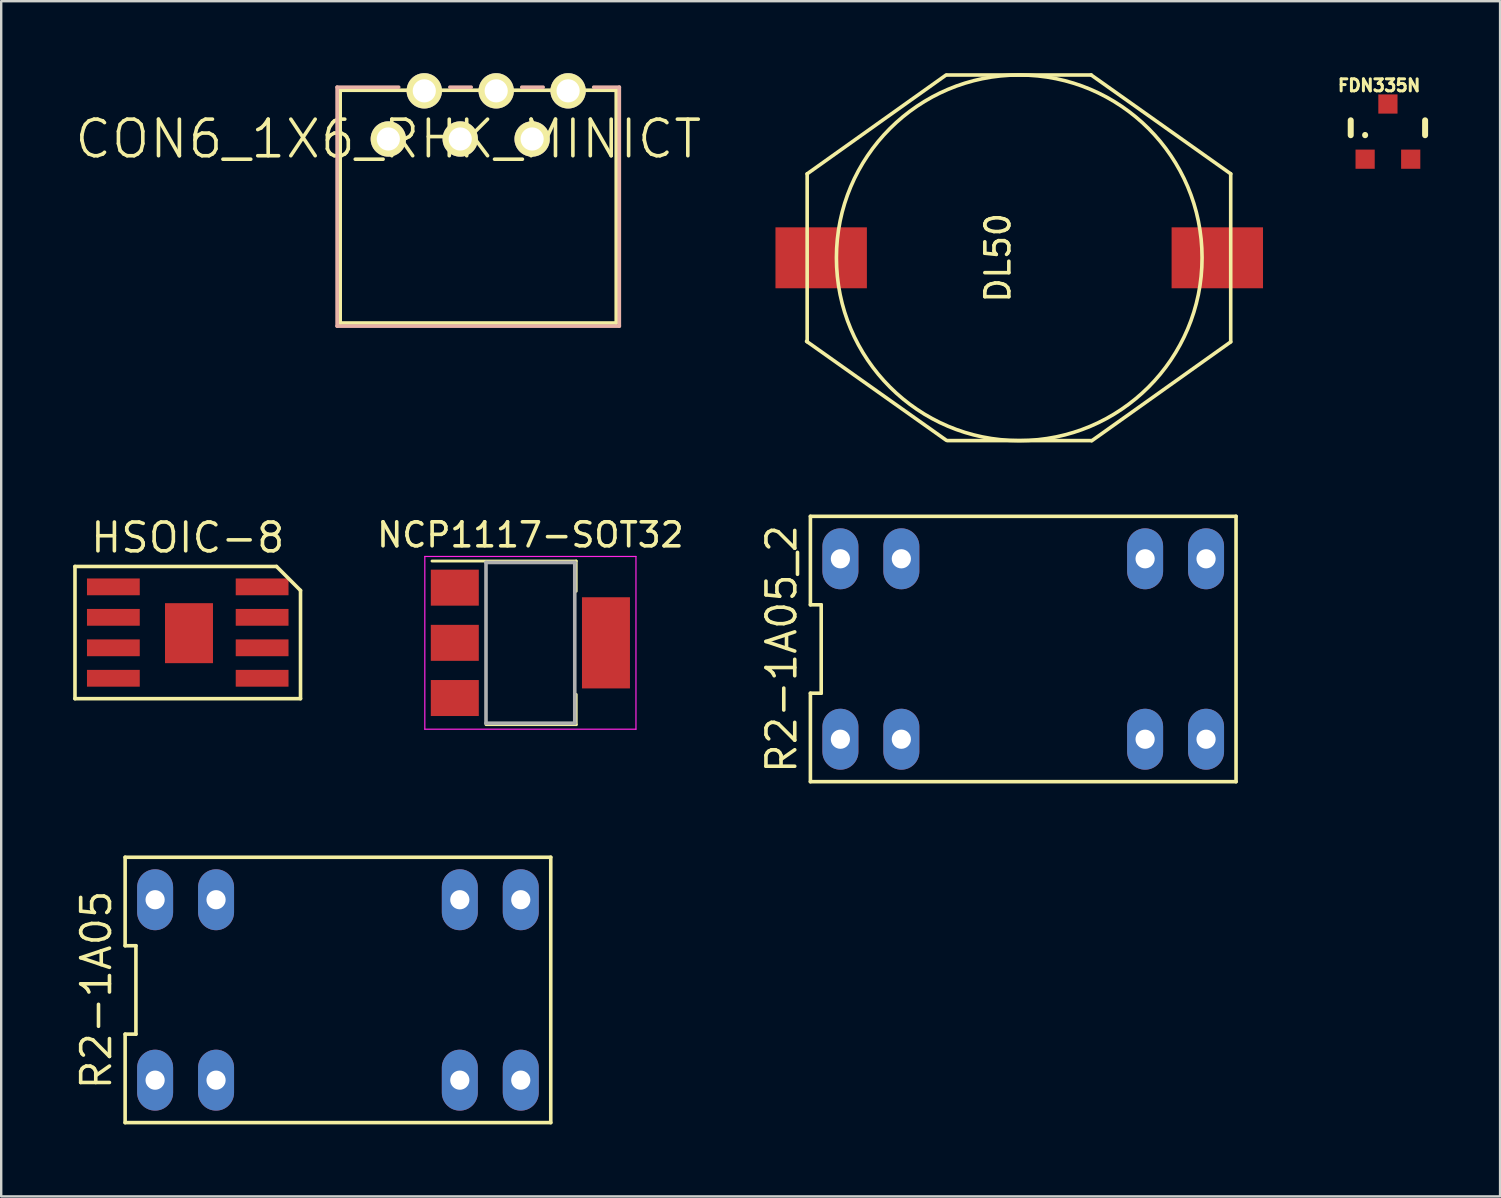
<source format=kicad_pcb>
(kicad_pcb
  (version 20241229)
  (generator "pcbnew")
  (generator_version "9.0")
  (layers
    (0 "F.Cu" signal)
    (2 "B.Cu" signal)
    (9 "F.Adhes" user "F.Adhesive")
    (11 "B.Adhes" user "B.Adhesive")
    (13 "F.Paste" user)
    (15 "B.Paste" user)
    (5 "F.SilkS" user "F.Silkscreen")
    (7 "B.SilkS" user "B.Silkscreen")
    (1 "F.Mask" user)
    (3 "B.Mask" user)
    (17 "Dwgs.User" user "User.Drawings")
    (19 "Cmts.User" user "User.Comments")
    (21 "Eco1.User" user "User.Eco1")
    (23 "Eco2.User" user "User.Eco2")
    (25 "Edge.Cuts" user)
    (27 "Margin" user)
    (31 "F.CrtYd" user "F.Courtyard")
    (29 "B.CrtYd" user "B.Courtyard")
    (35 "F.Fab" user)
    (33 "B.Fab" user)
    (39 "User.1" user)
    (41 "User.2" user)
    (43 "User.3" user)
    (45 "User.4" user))
  (footprint "NCP1117-SOT32"
    (placed yes)
    (layer "F.Cu")
    (at 19.056 23.743)
    (property "Reference" "NCP1117-SOT32" (at 0 -4.5 0) (layer "F.SilkS") (effects (font (size 1 1) (thickness 0.15))))
    (attr smd)
    (fp_line (start -4.1 -3.41) (end 1.91 -3.41) (stroke (width 0.12) (type solid)) (layer "F.SilkS"))
    (fp_line (start -1.85 3.41) (end 1.91 3.41) (stroke (width 0.12) (type solid)) (layer "F.SilkS"))
    (fp_line (start 1.91 -3.41) (end 1.91 -2.15) (stroke (width 0.12) (type solid)) (layer "F.SilkS"))
    (fp_line (start 1.91 3.41) (end 1.91 2.15) (stroke (width 0.12) (type solid)) (layer "F.SilkS"))
    (fp_line (start -4.4 -3.6) (end -4.4 3.6) (stroke (width 0.05) (type solid)) (layer "F.CrtYd"))
    (fp_line (start -4.4 3.6) (end 4.4 3.6) (stroke (width 0.05) (type solid)) (layer "F.CrtYd"))
    (fp_line (start 4.4 -3.6) (end -4.4 -3.6) (stroke (width 0.05) (type solid)) (layer "F.CrtYd"))
    (fp_line (start 4.4 3.6) (end 4.4 -3.6) (stroke (width 0.05) (type solid)) (layer "F.CrtYd"))
    (fp_line (start -1.85 -3.35) (end -1.85 3.35) (stroke (width 0.15) (type solid)) (layer "F.Fab"))
    (fp_line (start -1.85 -3.35) (end 1.85 -3.35) (stroke (width 0.15) (type solid)) (layer "F.Fab"))
    (fp_line (start -1.85 3.35) (end 1.85 3.35) (stroke (width 0.15) (type solid)) (layer "F.Fab"))
    (fp_line (start 1.85 -3.35) (end 1.85 3.35) (stroke (width 0.15) (type solid)) (layer "F.Fab"))
    (pad "1" smd rect (at -3.15 -2.3) (size 2 1.5) (layers "F.Cu" "F.Mask" "F.Paste"))
    (pad "2" smd rect (at -3.15 0) (size 2 1.5) (layers "F.Cu" "F.Mask" "F.Paste"))
    (pad "3" smd rect (at -3.15 2.3) (size 2 1.5) (layers "F.Cu" "F.Mask" "F.Paste"))
    (pad "4" smd rect (at 3.15 0) (size 2 3.8) (layers "F.Cu" "F.Mask" "F.Paste")))
  (footprint "FDN335N"
    (layer "F.Cu")
    (at 53.847 3.585)
    (property "Reference" "FDN335N" (at 0.584 -3.073 0) (layer "F.SilkS") (effects (font (size 0.5 0.5) (thickness 0.125))))
    (attr through_hole)
    (fp_line (start -0.6 -1.62) (end -0.6 -1) (stroke (width 0.25) (type solid)) (layer "F.SilkS"))
    (fp_line (start 0 -1.01) (end 0 -1) (stroke (width 0.25) (type solid)) (layer "F.SilkS"))
    (fp_line (start 2.5 -1.62) (end 2.5 -1) (stroke (width 0.25) (type solid)) (layer "F.SilkS"))
    (pad "D" smd rect (at 0.95 -2.3) (size 0.8 0.8) (layers "F.Cu" "F.Mask" "F.Paste"))
    (pad "G" smd rect (at 0 0) (size 0.8 0.8) (layers "F.Cu" "F.Mask" "F.Paste"))
    (pad "S" smd rect (at 1.9 0) (size 0.8 0.8) (layers "F.Cu" "F.Mask" "F.Paste")))
  (footprint "DL50"
    (layer "F.Cu")
    (at 39.431 7.695)
    (property "Reference" "DL50" (at -0.889 0 90) (layer "F.SilkS") (effects (font (size 1 1) (thickness 0.15))))
    (attr smd)
    (fp_line (start -8.865 3.48) (end -3.048 7.6) (stroke (width 0.15) (type solid)) (layer "F.SilkS"))
    (fp_line (start -8.839 -3.5) (end -3.048 -7.62) (stroke (width 0.15) (type solid)) (layer "F.SilkS"))
    (fp_line (start -8.839 3.5) (end -8.839 -3.5) (stroke (width 0.15) (type solid)) (layer "F.SilkS"))
    (fp_line (start -3 -7.62) (end 3 -7.62) (stroke (width 0.15) (type solid)) (layer "F.SilkS"))
    (fp_line (start -3 7.62) (end 3 7.62) (stroke (width 0.15) (type solid)) (layer "F.SilkS"))
    (fp_line (start 2.997 -7.62) (end 8.814 -3.5) (stroke (width 0.15) (type solid)) (layer "F.SilkS"))
    (fp_line (start 3.023 7.625) (end 8.814 3.505) (stroke (width 0.15) (type solid)) (layer "F.SilkS"))
    (fp_line (start 8.814 -3.5) (end 8.814 3.5) (stroke (width 0.15) (type solid)) (layer "F.SilkS"))
    (fp_circle (center 0 0) (end 0 7.62) (stroke (width 0.15) (type solid)) (fill no) (layer "F.SilkS"))
    (pad "1" smd rect (at -8.255 0) (size 3.81 2.54) (layers "F.Cu" "F.Mask" "F.Paste"))
    (pad "2" smd rect (at 8.255 0) (size 3.81 2.54) (layers "F.Cu" "F.Mask" "F.Paste")))
  (footprint "CON6_1X6_RHK_MINICT"
    (layer "F.Cu")
    (at 13.135 2.743)
    (property "Reference" "CON6_1X6_RHK_MINICT" (at 0 0 0) (layer "F.SilkS") (effects (font (size 1.524 1.524) (thickness 0.15))))
    (attr exclude_from_pos_files exclude_from_bom)
    (fp_line (start -2.007 -2.032) (end -2.007 7.671) (stroke (width 0.152) (type solid)) (layer "F.SilkS"))
    (fp_line (start -2.007 7.671) (end 9.5 7.671) (stroke (width 0.152) (type solid)) (layer "F.SilkS"))
    (fp_line (start 9.5 -2.032) (end -2.007 -2.032) (stroke (width 0.152) (type solid)) (layer "F.SilkS"))
    (fp_line (start 9.5 7.671) (end 9.5 -2.032) (stroke (width 0.152) (type solid)) (layer "F.SilkS"))
    (fp_arc (start -0.1778 0.254) (mid 0 0.0762) (end 0.1778 0.254) (stroke (width 0.1) (type solid)) (layer "F.SilkS"))
    (fp_arc (start 0.1778 0.254) (mid 0 0.4318) (end -0.1778 0.254) (stroke (width 0.1) (type solid)) (layer "F.SilkS"))
    (fp_line (start -2.134 -2.159) (end -2.134 7.798) (stroke (width 0.152) (type solid)) (layer "B.SilkS"))
    (fp_line (start -2.134 7.798) (end 9.627 7.798) (stroke (width 0.152) (type solid)) (layer "B.SilkS"))
    (fp_line (start 0.432 -2.159) (end -2.134 -2.159) (stroke (width 0.152) (type solid)) (layer "B.SilkS"))
    (fp_line (start 3.454 -2.159) (end 2.565 -2.159) (stroke (width 0.152) (type solid)) (layer "B.SilkS"))
    (fp_line (start 6.452 -2.159) (end 5.563 -2.159) (stroke (width 0.152) (type solid)) (layer "B.SilkS"))
    (fp_line (start 9.627 -2.159) (end 8.56 -2.159) (stroke (width 0.152) (type solid)) (layer "B.SilkS"))
    (fp_line (start 9.627 7.798) (end 9.627 -2.159) (stroke (width 0.152) (type solid)) (layer "B.SilkS"))
    (pad "1" thru_hole circle (at 0 0) (size 1.473 1.473) (drill 0.965) (layers "*.Cu" "F.Mask" "F.SilkS" "F.Paste"))
    (pad "2" thru_hole circle (at 1.499 -2.007) (size 1.473 1.473) (drill 0.965) (layers "*.Cu" "F.Mask" "F.SilkS" "F.Paste"))
    (pad "3" thru_hole circle (at 2.997 0) (size 1.473 1.473) (drill 0.965) (layers "*.Cu" "F.Mask" "F.SilkS" "F.Paste"))
    (pad "4" thru_hole circle (at 4.496 -2.007) (size 1.473 1.473) (drill 0.965) (layers "*.Cu" "F.Mask" "F.SilkS" "F.Paste"))
    (pad "5" thru_hole circle (at 5.994 0) (size 1.473 1.473) (drill 0.965) (layers "*.Cu" "F.Mask" "F.SilkS" "F.Paste"))
    (pad "6" thru_hole circle (at 7.493 -2.007) (size 1.473 1.473) (drill 0.965) (layers "*.Cu" "F.Mask" "F.SilkS" "F.Paste")))
  (footprint "R2-1A05"
    (layer "F.Cu")
    (at 11.035 38.21)
    (property "Reference" "R2-1A05" (at -10.07 0 90) (layer "F.SilkS") (effects (font (size 1.2 1.2) (thickness 0.15))))
    (attr through_hole)
    (fp_line (start -8.87 -5.53) (end -8.87 -1.843) (stroke (width 0.15) (type solid)) (layer "F.SilkS"))
    (fp_line (start -8.87 -1.843) (end -8.42 -1.843) (stroke (width 0.15) (type solid)) (layer "F.SilkS"))
    (fp_line (start -8.87 1.843) (end -8.87 5.53) (stroke (width 0.15) (type solid)) (layer "F.SilkS"))
    (fp_line (start -8.87 5.53) (end 8.87 5.53) (stroke (width 0.15) (type solid)) (layer "F.SilkS"))
    (fp_line (start -8.42 -1.843) (end -8.42 1.843) (stroke (width 0.15) (type solid)) (layer "F.SilkS"))
    (fp_line (start -8.42 1.843) (end -8.87 1.843) (stroke (width 0.15) (type solid)) (layer "F.SilkS"))
    (fp_line (start 8.87 -5.53) (end -8.87 -5.53) (stroke (width 0.15) (type solid)) (layer "F.SilkS"))
    (fp_line (start 8.87 5.53) (end 8.87 -5.53) (stroke (width 0.15) (type solid)) (layer "F.SilkS"))
    (pad "1" thru_hole oval (at -7.62 3.76) (size 1.5 2.54) (drill 0.8) (layers "*.Cu" "*.Mask"))
    (pad "2" thru_hole oval (at -5.08 3.76) (size 1.5 2.54) (drill 0.8) (layers "*.Cu" "*.Mask"))
    (pad "6" thru_hole oval (at 5.08 3.76) (size 1.5 2.54) (drill 0.8) (layers "*.Cu" "*.Mask"))
    (pad "7" thru_hole oval (at 7.62 3.76) (size 1.5 2.54) (drill 0.8) (layers "*.Cu" "*.Mask"))
    (pad "8" thru_hole oval (at 7.62 -3.76) (size 1.5 2.54) (drill 0.8) (layers "*.Cu" "*.Mask"))
    (pad "9" thru_hole oval (at 5.08 -3.76) (size 1.5 2.54) (drill 0.8) (layers "*.Cu" "*.Mask"))
    (pad "13" thru_hole oval (at -5.08 -3.76) (size 1.5 2.54) (drill 0.8) (layers "*.Cu" "*.Mask"))
    (pad "14" thru_hole oval (at -7.62 -3.76) (size 1.5 2.54) (drill 0.8) (layers "*.Cu" "*.Mask")))
  (footprint "R2-1A05_2"
    (layer "F.Cu")
    (at 39.597 24)
    (property "Reference" "R2-1A05_2" (at -10.07 0 90) (layer "F.SilkS") (effects (font (size 1.2 1.2) (thickness 0.15))))
    (attr through_hole)
    (fp_line (start -8.87 -5.53) (end -8.87 -1.843) (stroke (width 0.15) (type solid)) (layer "F.SilkS"))
    (fp_line (start -8.87 -1.843) (end -8.42 -1.843) (stroke (width 0.15) (type solid)) (layer "F.SilkS"))
    (fp_line (start -8.87 1.843) (end -8.87 5.53) (stroke (width 0.15) (type solid)) (layer "F.SilkS"))
    (fp_line (start -8.87 5.53) (end 8.87 5.53) (stroke (width 0.15) (type solid)) (layer "F.SilkS"))
    (fp_line (start -8.42 -1.843) (end -8.42 1.843) (stroke (width 0.15) (type solid)) (layer "F.SilkS"))
    (fp_line (start -8.42 1.843) (end -8.87 1.843) (stroke (width 0.15) (type solid)) (layer "F.SilkS"))
    (fp_line (start 8.87 -5.53) (end -8.87 -5.53) (stroke (width 0.15) (type solid)) (layer "F.SilkS"))
    (fp_line (start 8.87 5.53) (end 8.87 -5.53) (stroke (width 0.15) (type solid)) (layer "F.SilkS"))
    (pad "1" thru_hole oval (at -7.62 -3.76) (size 1.5 2.54) (drill 0.8) (layers "*.Cu" "*.Mask"))
    (pad "1" thru_hole oval (at -7.62 3.76) (size 1.5 2.54) (drill 0.8) (layers "*.Cu" "*.Mask"))
    (pad "2" thru_hole oval (at -5.08 -3.76) (size 1.5 2.54) (drill 0.8) (layers "*.Cu" "*.Mask"))
    (pad "2" thru_hole oval (at -5.08 3.76) (size 1.5 2.54) (drill 0.8) (layers "*.Cu" "*.Mask"))
    (pad "6" thru_hole oval (at 5.08 3.76) (size 1.5 2.54) (drill 0.8) (layers "*.Cu" "*.Mask"))
    (pad "7" thru_hole oval (at 7.62 -3.76) (size 1.5 2.54) (drill 0.8) (layers "*.Cu" "*.Mask"))
    (pad "7" thru_hole oval (at 7.62 3.76) (size 1.5 2.54) (drill 0.8) (layers "*.Cu" "*.Mask"))
    (pad "9" thru_hole oval (at 5.08 -3.76) (size 1.5 2.54) (drill 0.8) (layers "*.Cu" "*.Mask")))
  (footprint "HSOIC-8"
    (layer "F.Cu")
    (at 4.648 23.442)
    (property "Reference" "HSOIC-8" (at 0.127 -4.082 0) (layer "F.SilkS") (effects (font (size 1.2 1.2) (thickness 0.15))))
    (attr through_hole)
    (fp_line (start -4.573 -2.882) (end -4.573 2.628) (stroke (width 0.15) (type solid)) (layer "F.SilkS"))
    (fp_line (start -4.573 2.628) (end 4.827 2.628) (stroke (width 0.15) (type solid)) (layer "F.SilkS"))
    (fp_line (start 3.827 -2.882) (end -4.573 -2.882) (stroke (width 0.15) (type solid)) (layer "F.SilkS"))
    (fp_line (start 4.827 -1.882) (end 3.827 -2.882) (stroke (width 0.15) (type solid)) (layer "F.SilkS"))
    (fp_line (start 4.827 2.628) (end 4.827 -1.882) (stroke (width 0.15) (type solid)) (layer "F.SilkS"))
    (pad "1" smd rect (at -2.973 -2.032 270) (size 0.7 2.2) (layers "F.Cu" "F.Mask" "F.Paste"))
    (pad "2" smd rect (at -2.973 -0.762 270) (size 0.7 2.2) (layers "F.Cu" "F.Mask" "F.Paste"))
    (pad "3" smd rect (at -2.973 0.508 270) (size 0.7 2.2) (layers "F.Cu" "F.Mask" "F.Paste"))
    (pad "4" smd rect (at -2.973 1.778 270) (size 0.7 2.2) (layers "F.Cu" "F.Mask" "F.Paste"))
    (pad "5" smd rect (at 3.227 1.778 270) (size 0.7 2.2) (layers "F.Cu" "F.Mask" "F.Paste"))
    (pad "6" smd rect (at 3.227 0.508 270) (size 0.7 2.2) (layers "F.Cu" "F.Mask" "F.Paste"))
    (pad "7" smd rect (at 3.227 -0.762 270) (size 0.7 2.2) (layers "F.Cu" "F.Mask" "F.Paste"))
    (pad "8" smd rect (at 3.227 -2.032 270) (size 0.7 2.2) (layers "F.Cu" "F.Mask" "F.Paste"))
    (pad "9" smd rect (at 0.179 -0.102) (size 2 2.5) (layers "F.Cu" "F.Mask" "F.Paste")))
  (gr_rect
    (start -3 -3)
    (end 59.472 46.815)
    (stroke (width 0.1) (type default))
    (fill no)
    (layer "Edge.Cuts")))
</source>
